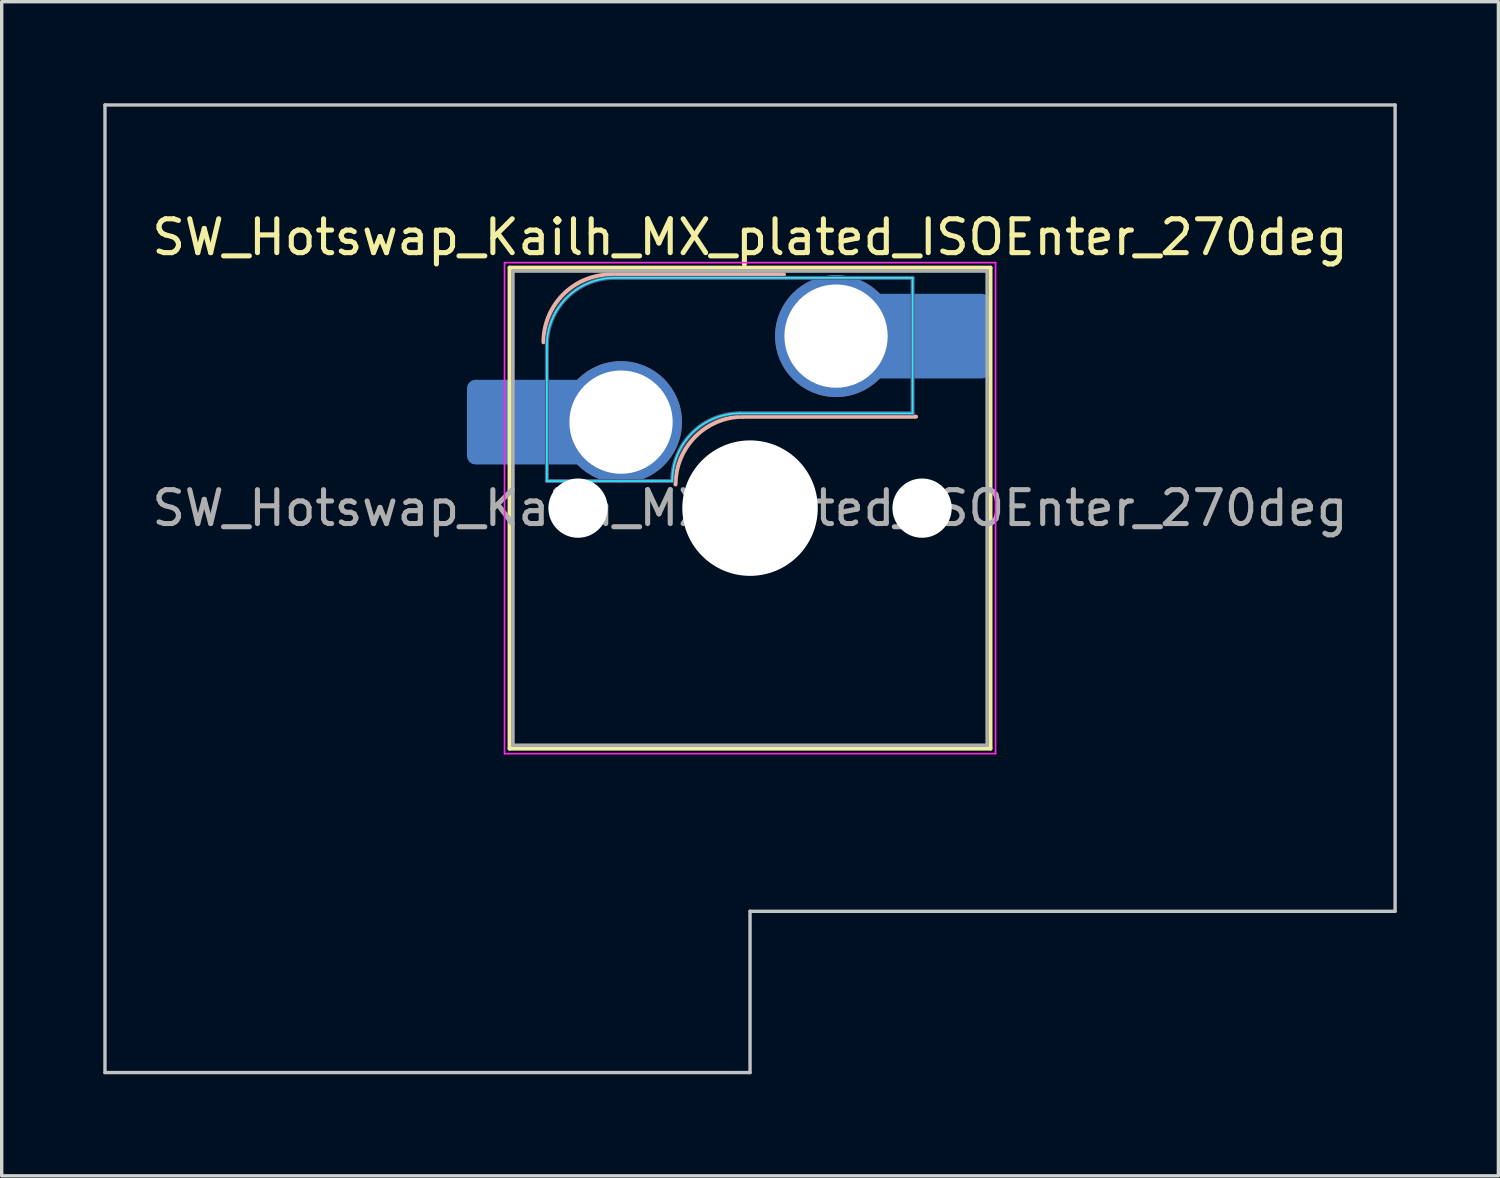
<source format=kicad_pcb>
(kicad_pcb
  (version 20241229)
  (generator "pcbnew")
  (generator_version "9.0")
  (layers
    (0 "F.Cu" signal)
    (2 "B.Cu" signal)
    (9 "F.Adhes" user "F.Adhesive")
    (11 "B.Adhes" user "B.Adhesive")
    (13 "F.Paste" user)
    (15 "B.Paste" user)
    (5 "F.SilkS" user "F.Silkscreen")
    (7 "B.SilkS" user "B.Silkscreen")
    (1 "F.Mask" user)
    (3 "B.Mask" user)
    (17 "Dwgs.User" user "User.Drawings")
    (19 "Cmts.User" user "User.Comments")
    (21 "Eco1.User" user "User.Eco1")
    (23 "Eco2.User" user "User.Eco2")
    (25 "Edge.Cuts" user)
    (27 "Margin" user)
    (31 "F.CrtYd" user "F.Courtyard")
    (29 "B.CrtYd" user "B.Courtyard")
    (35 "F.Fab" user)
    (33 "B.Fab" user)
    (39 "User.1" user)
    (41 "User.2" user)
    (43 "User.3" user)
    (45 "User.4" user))
  (footprint "SW_Hotswap_Kailh_MX_plated_ISOEnter_270deg"
    (layer "F.Cu")
    (at 19.1 11.956)
    (property "Reference" "SW_Hotswap_Kailh_MX_plated_ISOEnter_270deg" (at 0 -8 0) (layer "F.SilkS") (effects (font (size 1 1) (thickness 0.15))))
    (attr smd)
    (fp_line (start -7.1 -7.1) (end -7.1 7.1) (stroke (width 0.12) (type solid)) (layer "F.SilkS"))
    (fp_line (start -7.1 7.1) (end 7.1 7.1) (stroke (width 0.12) (type solid)) (layer "F.SilkS"))
    (fp_line (start 7.1 -7.1) (end -7.1 -7.1) (stroke (width 0.12) (type solid)) (layer "F.SilkS"))
    (fp_line (start 7.1 7.1) (end 7.1 -7.1) (stroke (width 0.12) (type solid)) (layer "F.SilkS"))
    (fp_line (start -4.1 -6.9) (end 1 -6.9) (stroke (width 0.12) (type solid)) (layer "B.SilkS"))
    (fp_line (start -0.2 -2.7) (end 4.9 -2.7) (stroke (width 0.12) (type solid)) (layer "B.SilkS"))
    (fp_arc (start -6.1 -4.9) (mid -5.514214 -6.314214) (end -4.1 -6.9) (stroke (width 0.12) (type solid)) (layer "B.SilkS"))
    (fp_arc (start -2.2 -0.7) (mid -1.614214 -2.114214) (end -0.2 -2.7) (stroke (width 0.12) (type solid)) (layer "B.SilkS"))
    (fp_line (start -19.05 -11.906) (end -19.05 16.669) (stroke (width 0.1) (type solid)) (layer "Dwgs.User"))
    (fp_line (start -19.05 16.669) (end 0 16.669) (stroke (width 0.1) (type solid)) (layer "Dwgs.User"))
    (fp_line (start 0 11.906) (end 19.05 11.906) (stroke (width 0.1) (type solid)) (layer "Dwgs.User"))
    (fp_line (start 0 16.669) (end 0 11.906) (stroke (width 0.1) (type solid)) (layer "Dwgs.User"))
    (fp_line (start 19.05 -11.906) (end -19.05 -11.906) (stroke (width 0.1) (type solid)) (layer "Dwgs.User"))
    (fp_line (start 19.05 11.906) (end 19.05 -11.906) (stroke (width 0.1) (type solid)) (layer "Dwgs.User"))
    (fp_line (start -7.8 -6) (end -7 -6) (stroke (width 0.1) (type solid)) (layer "Eco1.User"))
    (fp_line (start -7.8 -2.9) (end -7.8 -6) (stroke (width 0.1) (type solid)) (layer "Eco1.User"))
    (fp_line (start -7.8 2.9) (end -7 2.9) (stroke (width 0.1) (type solid)) (layer "Eco1.User"))
    (fp_line (start -7.8 6) (end -7.8 2.9) (stroke (width 0.1) (type solid)) (layer "Eco1.User"))
    (fp_line (start -7 -7) (end 7 -7) (stroke (width 0.1) (type solid)) (layer "Eco1.User"))
    (fp_line (start -7 -6) (end -7 -7) (stroke (width 0.1) (type solid)) (layer "Eco1.User"))
    (fp_line (start -7 -2.9) (end -7.8 -2.9) (stroke (width 0.1) (type solid)) (layer "Eco1.User"))
    (fp_line (start -7 2.9) (end -7 -2.9) (stroke (width 0.1) (type solid)) (layer "Eco1.User"))
    (fp_line (start -7 6) (end -7.8 6) (stroke (width 0.1) (type solid)) (layer "Eco1.User"))
    (fp_line (start -7 7) (end -7 6) (stroke (width 0.1) (type solid)) (layer "Eco1.User"))
    (fp_line (start 7 -7) (end 7 -6) (stroke (width 0.1) (type solid)) (layer "Eco1.User"))
    (fp_line (start 7 -6) (end 7.8 -6) (stroke (width 0.1) (type solid)) (layer "Eco1.User"))
    (fp_line (start 7 -2.9) (end 7 2.9) (stroke (width 0.1) (type solid)) (layer "Eco1.User"))
    (fp_line (start 7 2.9) (end 7.8 2.9) (stroke (width 0.1) (type solid)) (layer "Eco1.User"))
    (fp_line (start 7 6) (end 7 7) (stroke (width 0.1) (type solid)) (layer "Eco1.User"))
    (fp_line (start 7 7) (end -7 7) (stroke (width 0.1) (type solid)) (layer "Eco1.User"))
    (fp_line (start 7.8 -6) (end 7.8 -2.9) (stroke (width 0.1) (type solid)) (layer "Eco1.User"))
    (fp_line (start 7.8 -2.9) (end 7 -2.9) (stroke (width 0.1) (type solid)) (layer "Eco1.User"))
    (fp_line (start 7.8 2.9) (end 7.8 6) (stroke (width 0.1) (type solid)) (layer "Eco1.User"))
    (fp_line (start 7.8 6) (end 7 6) (stroke (width 0.1) (type solid)) (layer "Eco1.User"))
    (fp_line (start -6 -0.8) (end -6 -4.8) (stroke (width 0.05) (type solid)) (layer "B.CrtYd"))
    (fp_line (start -6 -0.8) (end -2.3 -0.8) (stroke (width 0.05) (type solid)) (layer "B.CrtYd"))
    (fp_line (start -4 -6.8) (end 4.8 -6.8) (stroke (width 0.05) (type solid)) (layer "B.CrtYd"))
    (fp_line (start -0.3 -2.8) (end 4.8 -2.8) (stroke (width 0.05) (type solid)) (layer "B.CrtYd"))
    (fp_line (start 4.8 -6.8) (end 4.8 -2.8) (stroke (width 0.05) (type solid)) (layer "B.CrtYd"))
    (fp_arc (start -6 -4.8) (mid -5.414214 -6.214214) (end -4 -6.8) (stroke (width 0.05) (type solid)) (layer "B.CrtYd"))
    (fp_arc (start -2.3 -0.8) (mid -1.714214 -2.214214) (end -0.3 -2.8) (stroke (width 0.05) (type solid)) (layer "B.CrtYd"))
    (fp_line (start -7.25 -7.25) (end -7.25 7.25) (stroke (width 0.05) (type solid)) (layer "F.CrtYd"))
    (fp_line (start -7.25 7.25) (end 7.25 7.25) (stroke (width 0.05) (type solid)) (layer "F.CrtYd"))
    (fp_line (start 7.25 -7.25) (end -7.25 -7.25) (stroke (width 0.05) (type solid)) (layer "F.CrtYd"))
    (fp_line (start 7.25 7.25) (end 7.25 -7.25) (stroke (width 0.05) (type solid)) (layer "F.CrtYd"))
    (fp_line (start -6 -0.8) (end -6 -4.8) (stroke (width 0.12) (type solid)) (layer "B.Fab"))
    (fp_line (start -6 -0.8) (end -2.3 -0.8) (stroke (width 0.12) (type solid)) (layer "B.Fab"))
    (fp_line (start -4 -6.8) (end 4.8 -6.8) (stroke (width 0.12) (type solid)) (layer "B.Fab"))
    (fp_line (start -0.3 -2.8) (end 4.8 -2.8) (stroke (width 0.12) (type solid)) (layer "B.Fab"))
    (fp_line (start 4.8 -6.8) (end 4.8 -2.8) (stroke (width 0.12) (type solid)) (layer "B.Fab"))
    (fp_arc (start -6 -4.8) (mid -5.414214 -6.214214) (end -4 -6.8) (stroke (width 0.12) (type solid)) (layer "B.Fab"))
    (fp_arc (start -2.3 -0.8) (mid -1.714214 -2.214214) (end -0.3 -2.8) (stroke (width 0.12) (type solid)) (layer "B.Fab"))
    (fp_line (start -7 -7) (end -7 7) (stroke (width 0.1) (type solid)) (layer "F.Fab"))
    (fp_line (start -7 7) (end 7 7) (stroke (width 0.1) (type solid)) (layer "F.Fab"))
    (fp_line (start 7 -7) (end -7 -7) (stroke (width 0.1) (type solid)) (layer "F.Fab"))
    (fp_line (start 7 7) (end 7 -7) (stroke (width 0.1) (type solid)) (layer "F.Fab"))
    (fp_text user "${REFERENCE}" (at 0 0 0) (layer "F.Fab") (effects (font (size 1 1) (thickness 0.15))))
    (pad "" smd roundrect (at -7.085 -2.54) (size 2.55 2.5) (layers "B.Mask" "B.Paste") (roundrect_rratio 0.1))
    (pad "" np_thru_hole circle (at -5.08 0) (size 1.75 1.75) (drill 1.75) (layers "*.Cu" "*.Mask"))
    (pad "" smd circle (at -3.81 -2.54) (size 3.1 3.1) (layers "F.Mask"))
    (pad "" np_thru_hole circle (at 0 0) (size 4 4) (drill 4) (layers "*.Cu" "*.Mask"))
    (pad "" smd circle (at 2.54 -5.08) (size 3.1 3.1) (layers "F.Mask"))
    (pad "" np_thru_hole circle (at 5.08 0) (size 1.75 1.75) (drill 1.75) (layers "*.Cu" "*.Mask"))
    (pad "" smd roundrect (at 5.842 -5.08) (size 2.55 2.5) (layers "B.Mask" "B.Paste") (roundrect_rratio 0.1))
    (pad "1" smd roundrect (at -6.585 -2.54) (size 3.55 2.5) (layers "B.Cu") (roundrect_rratio 0.1))
    (pad "1" thru_hole circle (at -3.81 -2.54) (size 3.6 3.6) (drill 3.05) (layers "*.Cu" "B.Mask"))
    (pad "2" thru_hole circle (at 2.54 -5.08) (size 3.6 3.6) (drill 3.05) (layers "*.Cu" "B.Mask"))
    (pad "2" smd roundrect (at 5.32 -5.08) (size 3.55 2.5) (layers "B.Cu") (roundrect_rratio 0.1)))
  (gr_rect
    (start -3 -3)
    (end 41.2 31.675)
    (stroke (width 0.1) (type default))
    (fill no)
    (layer "Edge.Cuts")))
</source>
